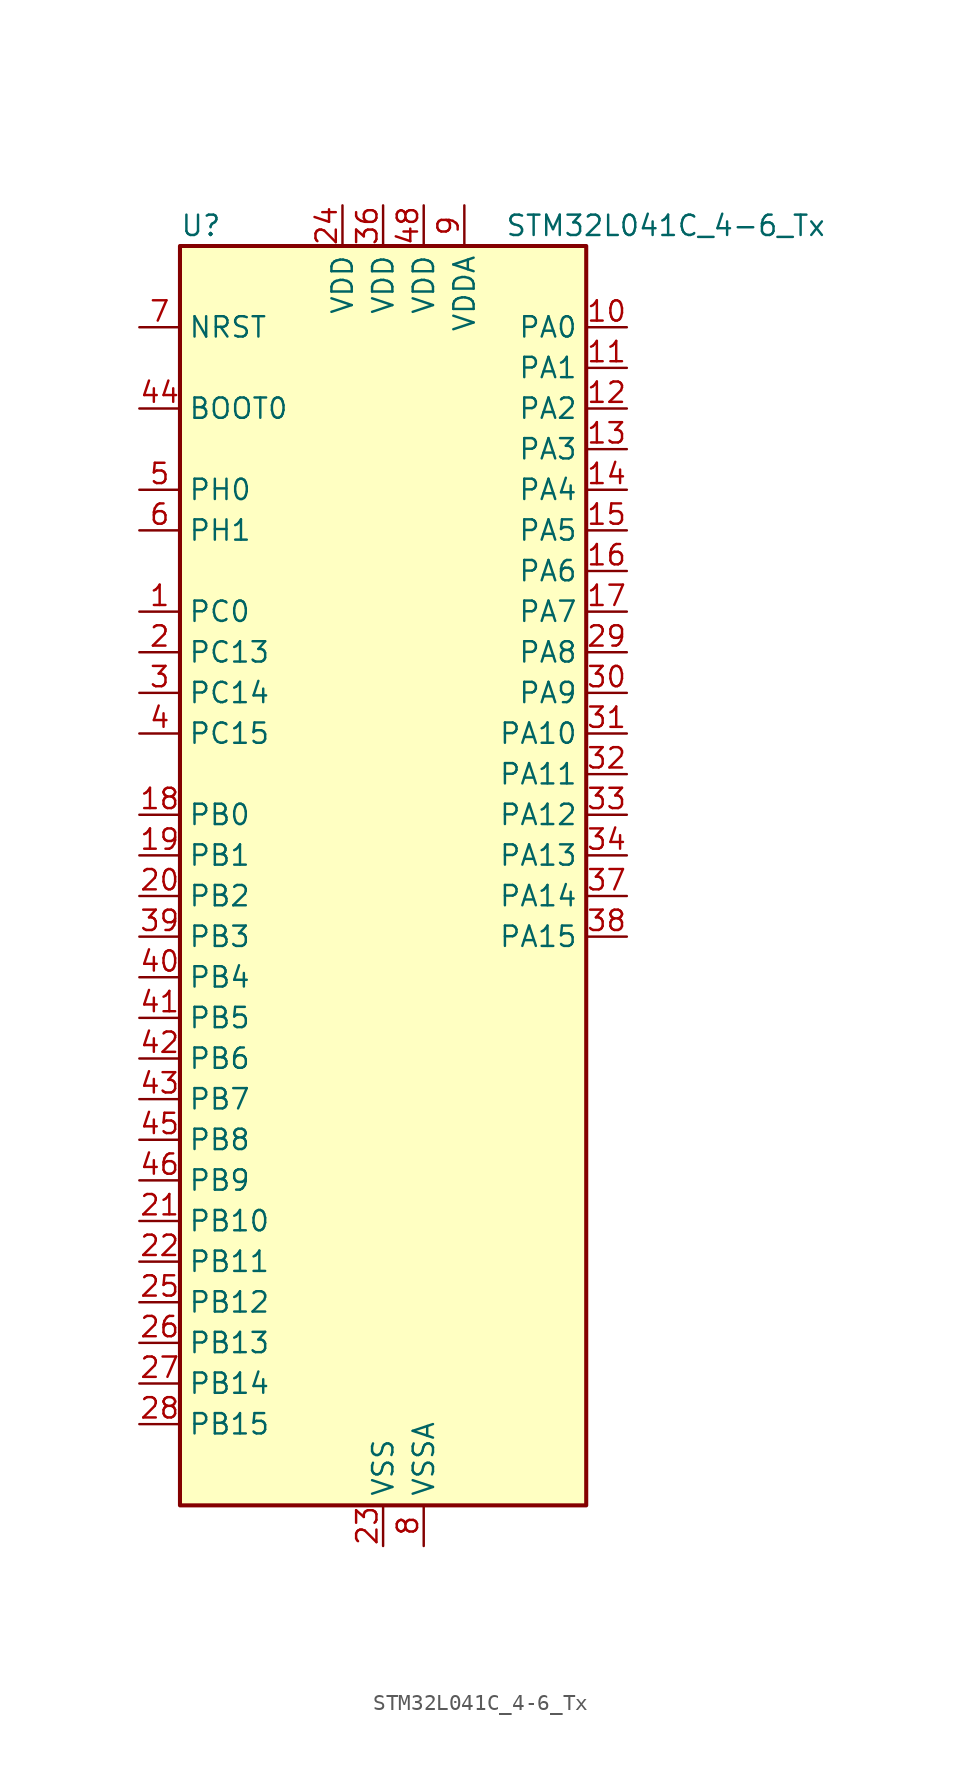
<source format=kicad_sym>
(kicad_symbol_lib
  (version 20241209)
  (generator "kicad_symbol_editor")
  (generator_version "9.0")
  (symbol "STM32L041C_4-6_Tx"
    (property "Reference" "U"
      (at -12.7 41.91 0)
      (effects (font (size 1.27 1.27)) (justify left)))
    (property "Value" "STM32L041C_4-6_Tx"
      (at 7.62 41.91 0)
      (effects (font (size 1.27 1.27)) (justify left)))
    (symbol "STM32L041C_4-6_Tx_0_1"
      (rectangle (start -12.7 -38.1) (end 12.7 40.64) (stroke (width 0.254) (type default)) (fill (type background))))
    (symbol "STM32L041C_4-6_Tx_1_1"
      (pin input line (at -15.24 35.56 0) (length 2.54) (name "NRST" (effects (font (size 1.27 1.27)))) (number "7" (effects (font (size 1.27 1.27)))))
      (pin input line (at -15.24 30.48 0) (length 2.54) (name "BOOT0" (effects (font (size 1.27 1.27)))) (number "44" (effects (font (size 1.27 1.27)))))
      (pin bidirectional line (at -15.24 25.4 0) (length 2.54) (name "PH0" (effects (font (size 1.27 1.27)))) (number "5" (effects (font (size 1.27 1.27)))) (alternate "RCC_OSC_IN" bidirectional line))
      (pin bidirectional line (at -15.24 22.86 0) (length 2.54) (name "PH1" (effects (font (size 1.27 1.27)))) (number "6" (effects (font (size 1.27 1.27)))) (alternate "RCC_OSC_OUT" bidirectional line))
      (pin bidirectional line (at -15.24 17.78 0) (length 2.54) (name "PC0" (effects (font (size 1.27 1.27)))) (number "1" (effects (font (size 1.27 1.27)))) (alternate "LPTIM1_IN1" bidirectional line) (alternate "LPUART1_RX" bidirectional line))
      (pin bidirectional line (at -15.24 15.24 0) (length 2.54) (name "PC13" (effects (font (size 1.27 1.27)))) (number "2" (effects (font (size 1.27 1.27)))) (alternate "RTC_TAMP1" bidirectional line) (alternate "SYS_WKUP2" bidirectional line))
      (pin bidirectional line (at -15.24 12.7 0) (length 2.54) (name "PC14" (effects (font (size 1.27 1.27)))) (number "3" (effects (font (size 1.27 1.27)))) (alternate "RCC_OSC32_IN" bidirectional line))
      (pin bidirectional line (at -15.24 10.16 0) (length 2.54) (name "PC15" (effects (font (size 1.27 1.27)))) (number "4" (effects (font (size 1.27 1.27)))) (alternate "RCC_OSC32_OUT" bidirectional line))
      (pin bidirectional line (at -15.24 5.08 0) (length 2.54) (name "PB0" (effects (font (size 1.27 1.27)))) (number "18" (effects (font (size 1.27 1.27)))) (alternate "ADC_IN8" bidirectional line) (alternate "SPI1_MISO" bidirectional line) (alternate "SYS_VREF_OUT_PB0" bidirectional line) (alternate "TIM2_CH3" bidirectional line) (alternate "USART2_DE" bidirectional line) (alternate "USART2_RTS" bidirectional line))
      (pin bidirectional line (at -15.24 2.54 0) (length 2.54) (name "PB1" (effects (font (size 1.27 1.27)))) (number "19" (effects (font (size 1.27 1.27)))) (alternate "ADC_IN9" bidirectional line) (alternate "LPUART1_DE" bidirectional line) (alternate "LPUART1_RTS" bidirectional line) (alternate "SPI1_MOSI" bidirectional line) (alternate "SYS_VREF_OUT_PB1" bidirectional line) (alternate "TIM2_CH4" bidirectional line) (alternate "USART2_CK" bidirectional line))
      (pin bidirectional line (at -15.24 0 0) (length 2.54) (name "PB2" (effects (font (size 1.27 1.27)))) (number "20" (effects (font (size 1.27 1.27)))) (alternate "LPTIM1_OUT" bidirectional line))
      (pin bidirectional line (at -15.24 -2.54 0) (length 2.54) (name "PB3" (effects (font (size 1.27 1.27)))) (number "39" (effects (font (size 1.27 1.27)))) (alternate "COMP2_INM" bidirectional line) (alternate "SPI1_SCK" bidirectional line) (alternate "TIM2_CH2" bidirectional line))
      (pin bidirectional line (at -15.24 -5.08 0) (length 2.54) (name "PB4" (effects (font (size 1.27 1.27)))) (number "40" (effects (font (size 1.27 1.27)))) (alternate "COMP2_INP" bidirectional line) (alternate "SPI1_MISO" bidirectional line) (alternate "TIM22_CH1" bidirectional line))
      (pin bidirectional line (at -15.24 -7.62 0) (length 2.54) (name "PB5" (effects (font (size 1.27 1.27)))) (number "41" (effects (font (size 1.27 1.27)))) (alternate "COMP2_INP" bidirectional line) (alternate "I2C1_SMBA" bidirectional line) (alternate "LPTIM1_IN1" bidirectional line) (alternate "SPI1_MOSI" bidirectional line) (alternate "TIM22_CH2" bidirectional line))
      (pin bidirectional line (at -15.24 -10.16 0) (length 2.54) (name "PB6" (effects (font (size 1.27 1.27)))) (number "42" (effects (font (size 1.27 1.27)))) (alternate "COMP2_INP" bidirectional line) (alternate "I2C1_SCL" bidirectional line) (alternate "LPTIM1_ETR" bidirectional line) (alternate "TIM21_CH1" bidirectional line) (alternate "USART2_TX" bidirectional line))
      (pin bidirectional line (at -15.24 -12.7 0) (length 2.54) (name "PB7" (effects (font (size 1.27 1.27)))) (number "43" (effects (font (size 1.27 1.27)))) (alternate "COMP2_INP" bidirectional line) (alternate "I2C1_SDA" bidirectional line) (alternate "LPTIM1_IN2" bidirectional line) (alternate "SYS_PVD_IN" bidirectional line) (alternate "USART2_RX" bidirectional line))
      (pin bidirectional line (at -15.24 -15.24 0) (length 2.54) (name "PB8" (effects (font (size 1.27 1.27)))) (number "45" (effects (font (size 1.27 1.27)))) (alternate "I2C1_SCL" bidirectional line))
      (pin bidirectional line (at -15.24 -17.78 0) (length 2.54) (name "PB9" (effects (font (size 1.27 1.27)))) (number "46" (effects (font (size 1.27 1.27)))) (alternate "I2C1_SDA" bidirectional line))
      (pin bidirectional line (at -15.24 -20.32 0) (length 2.54) (name "PB10" (effects (font (size 1.27 1.27)))) (number "21" (effects (font (size 1.27 1.27)))) (alternate "LPUART1_TX" bidirectional line) (alternate "TIM2_CH3" bidirectional line))
      (pin bidirectional line (at -15.24 -22.86 0) (length 2.54) (name "PB11" (effects (font (size 1.27 1.27)))) (number "22" (effects (font (size 1.27 1.27)))) (alternate "ADC_EXTI11" bidirectional line) (alternate "LPUART1_RX" bidirectional line) (alternate "TIM2_CH4" bidirectional line))
      (pin bidirectional line (at -15.24 -25.4 0) (length 2.54) (name "PB12" (effects (font (size 1.27 1.27)))) (number "25" (effects (font (size 1.27 1.27)))) (alternate "SPI1_NSS" bidirectional line))
      (pin bidirectional line (at -15.24 -27.94 0) (length 2.54) (name "PB13" (effects (font (size 1.27 1.27)))) (number "26" (effects (font (size 1.27 1.27)))) (alternate "LPUART1_CTS" bidirectional line) (alternate "RCC_MCO" bidirectional line) (alternate "SPI1_SCK" bidirectional line) (alternate "TIM21_CH1" bidirectional line))
      (pin bidirectional line (at -15.24 -30.48 0) (length 2.54) (name "PB14" (effects (font (size 1.27 1.27)))) (number "27" (effects (font (size 1.27 1.27)))) (alternate "LPUART1_DE" bidirectional line) (alternate "LPUART1_RTS" bidirectional line) (alternate "RTC_OUT_ALARM" bidirectional line) (alternate "RTC_OUT_CALIB" bidirectional line) (alternate "SPI1_MISO" bidirectional line) (alternate "TIM21_CH2" bidirectional line))
      (pin bidirectional line (at -15.24 -33.02 0) (length 2.54) (name "PB15" (effects (font (size 1.27 1.27)))) (number "28" (effects (font (size 1.27 1.27)))) (alternate "RTC_REFIN" bidirectional line) (alternate "SPI1_MOSI" bidirectional line))
      (pin power_in line (at -2.54 43.18 270) (length 2.54) (name "VDD" (effects (font (size 1.27 1.27)))) (number "24" (effects (font (size 1.27 1.27)))))
      (pin power_in line (at 0 43.18 270) (length 2.54) (name "VDD" (effects (font (size 1.27 1.27)))) (number "36" (effects (font (size 1.27 1.27)))))
      (pin power_in line (at 0 -40.64 90) (length 2.54) (name "VSS" (effects (font (size 1.27 1.27)))) (number "23" (effects (font (size 1.27 1.27)))))
      (pin passive line (at 0 -40.64 90) (length 2.54) (hide yes) (name "VSS" (effects (font (size 1.27 1.27)))) (number "35" (effects (font (size 1.27 1.27)))))
      (pin passive line (at 0 -40.64 90) (length 2.54) (hide yes) (name "VSS" (effects (font (size 1.27 1.27)))) (number "47" (effects (font (size 1.27 1.27)))))
      (pin power_in line (at 2.54 43.18 270) (length 2.54) (name "VDD" (effects (font (size 1.27 1.27)))) (number "48" (effects (font (size 1.27 1.27)))))
      (pin power_in line (at 2.54 -40.64 90) (length 2.54) (name "VSSA" (effects (font (size 1.27 1.27)))) (number "8" (effects (font (size 1.27 1.27)))))
      (pin power_in line (at 5.08 43.18 270) (length 2.54) (name "VDDA" (effects (font (size 1.27 1.27)))) (number "9" (effects (font (size 1.27 1.27)))))
      (pin bidirectional line (at 15.24 35.56 180) (length 2.54) (name "PA0" (effects (font (size 1.27 1.27)))) (number "10" (effects (font (size 1.27 1.27)))) (alternate "ADC_IN0" bidirectional line) (alternate "COMP1_INM" bidirectional line) (alternate "COMP1_OUT" bidirectional line) (alternate "LPTIM1_IN1" bidirectional line) (alternate "RTC_TAMP2" bidirectional line) (alternate "SYS_WKUP1" bidirectional line) (alternate "TIM2_CH1" bidirectional line) (alternate "TIM2_ETR" bidirectional line) (alternate "USART2_CTS" bidirectional line))
      (pin bidirectional line (at 15.24 33.02 180) (length 2.54) (name "PA1" (effects (font (size 1.27 1.27)))) (number "11" (effects (font (size 1.27 1.27)))) (alternate "ADC_IN1" bidirectional line) (alternate "COMP1_INP" bidirectional line) (alternate "I2C1_SMBA" bidirectional line) (alternate "LPTIM1_IN2" bidirectional line) (alternate "TIM21_ETR" bidirectional line) (alternate "TIM2_CH2" bidirectional line) (alternate "USART2_DE" bidirectional line) (alternate "USART2_RTS" bidirectional line))
      (pin bidirectional line (at 15.24 30.48 180) (length 2.54) (name "PA2" (effects (font (size 1.27 1.27)))) (number "12" (effects (font (size 1.27 1.27)))) (alternate "ADC_IN2" bidirectional line) (alternate "COMP2_INM" bidirectional line) (alternate "COMP2_OUT" bidirectional line) (alternate "LPUART1_TX" bidirectional line) (alternate "RTC_OUT_ALARM" bidirectional line) (alternate "RTC_OUT_CALIB" bidirectional line) (alternate "RTC_TAMP3" bidirectional line) (alternate "RTC_TS" bidirectional line) (alternate "SYS_WKUP3" bidirectional line) (alternate "TIM21_CH1" bidirectional line) (alternate "TIM2_CH3" bidirectional line) (alternate "USART2_TX" bidirectional line))
      (pin bidirectional line (at 15.24 27.94 180) (length 2.54) (name "PA3" (effects (font (size 1.27 1.27)))) (number "13" (effects (font (size 1.27 1.27)))) (alternate "ADC_IN3" bidirectional line) (alternate "COMP2_INP" bidirectional line) (alternate "LPUART1_RX" bidirectional line) (alternate "TIM21_CH2" bidirectional line) (alternate "TIM2_CH4" bidirectional line) (alternate "USART2_RX" bidirectional line))
      (pin bidirectional line (at 15.24 25.4 180) (length 2.54) (name "PA4" (effects (font (size 1.27 1.27)))) (number "14" (effects (font (size 1.27 1.27)))) (alternate "ADC_IN4" bidirectional line) (alternate "COMP1_INM" bidirectional line) (alternate "COMP2_INM" bidirectional line) (alternate "LPTIM1_IN1" bidirectional line) (alternate "SPI1_NSS" bidirectional line) (alternate "TIM22_ETR" bidirectional line) (alternate "USART2_CK" bidirectional line))
      (pin bidirectional line (at 15.24 22.86 180) (length 2.54) (name "PA5" (effects (font (size 1.27 1.27)))) (number "15" (effects (font (size 1.27 1.27)))) (alternate "ADC_IN5" bidirectional line) (alternate "COMP1_INM" bidirectional line) (alternate "COMP2_INM" bidirectional line) (alternate "LPTIM1_IN2" bidirectional line) (alternate "SPI1_SCK" bidirectional line) (alternate "TIM2_CH1" bidirectional line) (alternate "TIM2_ETR" bidirectional line))
      (pin bidirectional line (at 15.24 20.32 180) (length 2.54) (name "PA6" (effects (font (size 1.27 1.27)))) (number "16" (effects (font (size 1.27 1.27)))) (alternate "ADC_IN6" bidirectional line) (alternate "COMP1_OUT" bidirectional line) (alternate "LPTIM1_ETR" bidirectional line) (alternate "LPUART1_CTS" bidirectional line) (alternate "SPI1_MISO" bidirectional line) (alternate "TIM22_CH1" bidirectional line))
      (pin bidirectional line (at 15.24 17.78 180) (length 2.54) (name "PA7" (effects (font (size 1.27 1.27)))) (number "17" (effects (font (size 1.27 1.27)))) (alternate "ADC_IN7" bidirectional line) (alternate "COMP2_OUT" bidirectional line) (alternate "LPTIM1_OUT" bidirectional line) (alternate "SPI1_MOSI" bidirectional line) (alternate "TIM22_CH2" bidirectional line) (alternate "USART2_CTS" bidirectional line))
      (pin bidirectional line (at 15.24 15.24 180) (length 2.54) (name "PA8" (effects (font (size 1.27 1.27)))) (number "29" (effects (font (size 1.27 1.27)))) (alternate "LPTIM1_IN1" bidirectional line) (alternate "RCC_MCO" bidirectional line) (alternate "TIM2_CH1" bidirectional line) (alternate "USART2_CK" bidirectional line))
      (pin bidirectional line (at 15.24 12.7 180) (length 2.54) (name "PA9" (effects (font (size 1.27 1.27)))) (number "30" (effects (font (size 1.27 1.27)))) (alternate "I2C1_SCL" bidirectional line) (alternate "RCC_MCO" bidirectional line) (alternate "TIM22_CH1" bidirectional line) (alternate "USART2_TX" bidirectional line))
      (pin bidirectional line (at 15.24 10.16 180) (length 2.54) (name "PA10" (effects (font (size 1.27 1.27)))) (number "31" (effects (font (size 1.27 1.27)))) (alternate "I2C1_SDA" bidirectional line) (alternate "TIM22_CH2" bidirectional line) (alternate "USART2_RX" bidirectional line))
      (pin bidirectional line (at 15.24 7.62 180) (length 2.54) (name "PA11" (effects (font (size 1.27 1.27)))) (number "32" (effects (font (size 1.27 1.27)))) (alternate "ADC_EXTI11" bidirectional line) (alternate "COMP1_OUT" bidirectional line) (alternate "SPI1_MISO" bidirectional line) (alternate "TIM21_CH2" bidirectional line) (alternate "USART2_CTS" bidirectional line))
      (pin bidirectional line (at 15.24 5.08 180) (length 2.54) (name "PA12" (effects (font (size 1.27 1.27)))) (number "33" (effects (font (size 1.27 1.27)))) (alternate "COMP2_OUT" bidirectional line) (alternate "SPI1_MOSI" bidirectional line) (alternate "USART2_DE" bidirectional line) (alternate "USART2_RTS" bidirectional line))
      (pin bidirectional line (at 15.24 2.54 180) (length 2.54) (name "PA13" (effects (font (size 1.27 1.27)))) (number "34" (effects (font (size 1.27 1.27)))) (alternate "LPTIM1_ETR" bidirectional line) (alternate "LPUART1_RX" bidirectional line) (alternate "SYS_SWDIO" bidirectional line))
      (pin bidirectional line (at 15.24 0 180) (length 2.54) (name "PA14" (effects (font (size 1.27 1.27)))) (number "37" (effects (font (size 1.27 1.27)))) (alternate "I2C1_SMBA" bidirectional line) (alternate "LPTIM1_OUT" bidirectional line) (alternate "LPUART1_TX" bidirectional line) (alternate "SYS_SWCLK" bidirectional line) (alternate "USART2_TX" bidirectional line))
      (pin bidirectional line (at 15.24 -2.54 180) (length 2.54) (name "PA15" (effects (font (size 1.27 1.27)))) (number "38" (effects (font (size 1.27 1.27)))) (alternate "SPI1_NSS" bidirectional line) (alternate "TIM2_CH1" bidirectional line) (alternate "TIM2_ETR" bidirectional line) (alternate "USART2_RX" bidirectional line)))))
</source>
